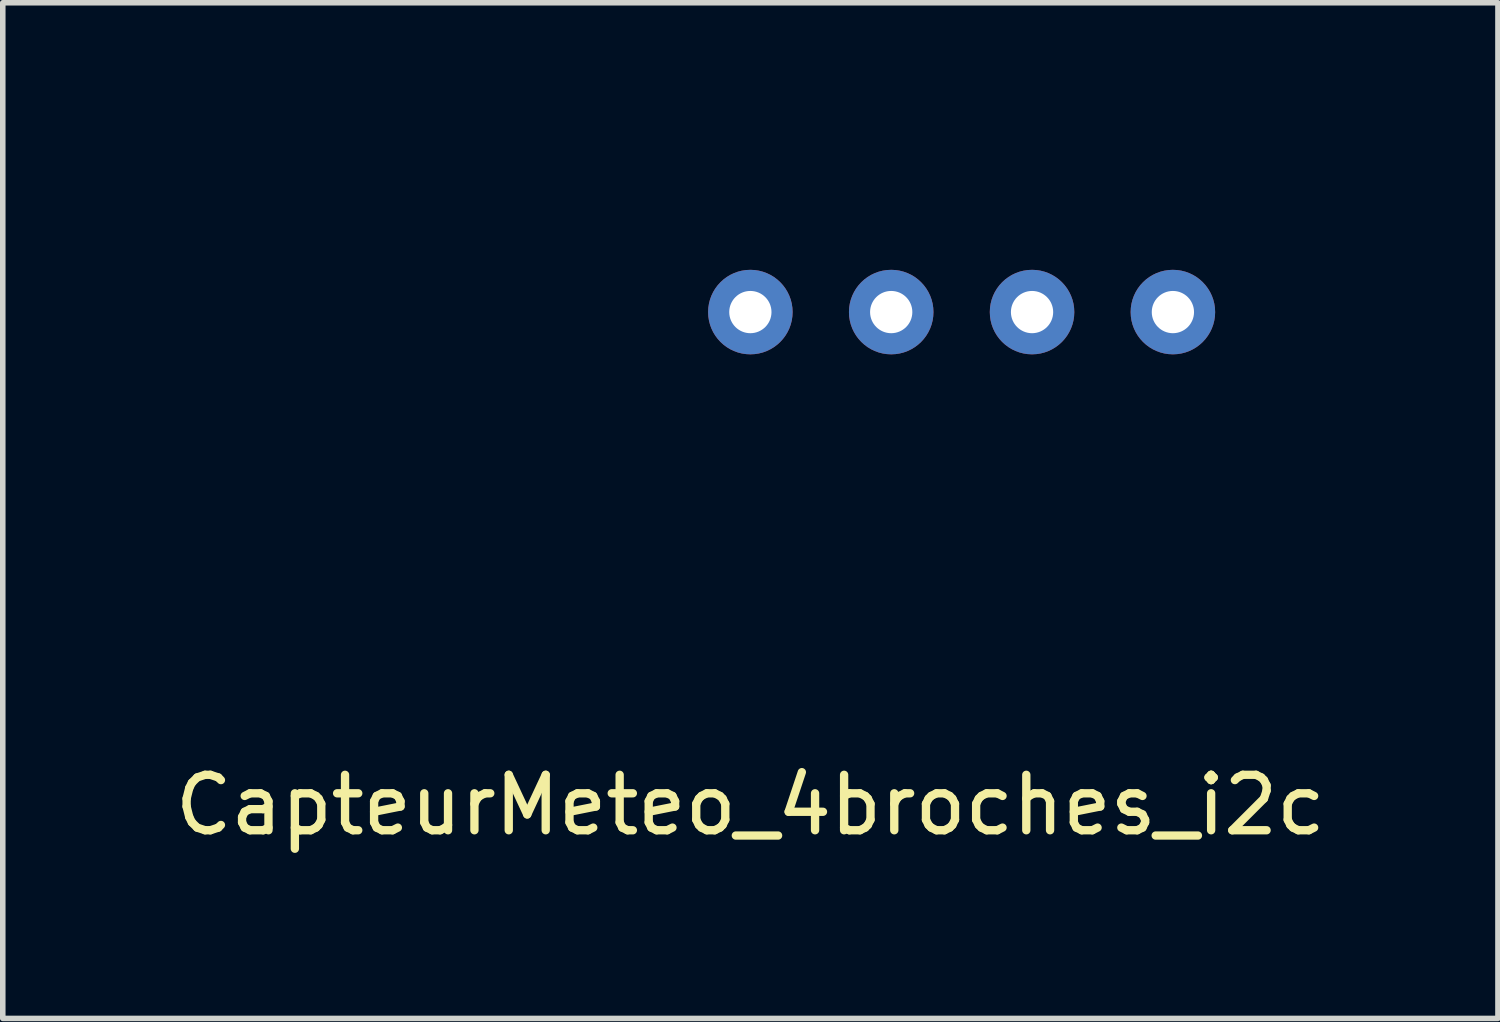
<source format=kicad_pcb>
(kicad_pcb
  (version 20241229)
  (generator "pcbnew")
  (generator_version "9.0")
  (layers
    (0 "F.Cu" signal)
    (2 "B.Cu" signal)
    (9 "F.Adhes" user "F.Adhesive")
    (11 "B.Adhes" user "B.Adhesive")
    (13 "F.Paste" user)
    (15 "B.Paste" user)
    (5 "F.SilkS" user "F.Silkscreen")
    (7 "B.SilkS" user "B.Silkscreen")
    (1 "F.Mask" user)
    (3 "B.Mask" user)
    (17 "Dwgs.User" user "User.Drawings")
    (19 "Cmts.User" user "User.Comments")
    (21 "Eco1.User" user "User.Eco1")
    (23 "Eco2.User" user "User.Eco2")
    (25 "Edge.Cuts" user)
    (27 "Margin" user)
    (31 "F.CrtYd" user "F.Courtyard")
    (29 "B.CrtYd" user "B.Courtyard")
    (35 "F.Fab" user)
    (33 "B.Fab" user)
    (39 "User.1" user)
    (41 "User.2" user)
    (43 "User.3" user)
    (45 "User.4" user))
  (footprint "CapteurMeteo_4broches_i2c"
    (layer "F.Cu")
    (at 10.482 2.578)
    (property "Reference" "CapteurMeteo_4broches_i2c" (at 0 8.89 0) (layer "F.SilkS") (effects (font (size 1 1) (thickness 0.15))))
    (attr through_hole)
    (fp_line (start -2.54 -2.54) (end -2.54 2.54) (stroke (width 0.075) (type solid)) (layer "B.Paste"))
    (fp_line (start -2.54 2.54) (end 10.16 2.54) (stroke (width 0.075) (type solid)) (layer "B.Paste"))
    (fp_line (start 10.16 -2.54) (end -2.54 -2.54) (stroke (width 0.075) (type solid)) (layer "B.Paste"))
    (fp_line (start 10.16 2.54) (end 10.16 -2.54) (stroke (width 0.075) (type solid)) (layer "B.Paste"))
    (pad "1" thru_hole circle (at 0 0) (size 1.524 1.524) (drill 0.762) (layers "*.Cu" "*.Mask"))
    (pad "2" thru_hole circle (at 2.54 0) (size 1.524 1.524) (drill 0.762) (layers "*.Cu" "*.Mask"))
    (pad "3" thru_hole circle (at 5.08 0) (size 1.524 1.524) (drill 0.762) (layers "*.Cu" "*.Mask"))
    (pad "4" thru_hole circle (at 7.62 0) (size 1.524 1.524) (drill 0.762) (layers "*.Cu" "*.Mask")))
  (gr_rect
    (start -3 -3)
    (end 23.964 15.316)
    (stroke (width 0.1) (type default))
    (fill no)
    (layer "Edge.Cuts")))
</source>
